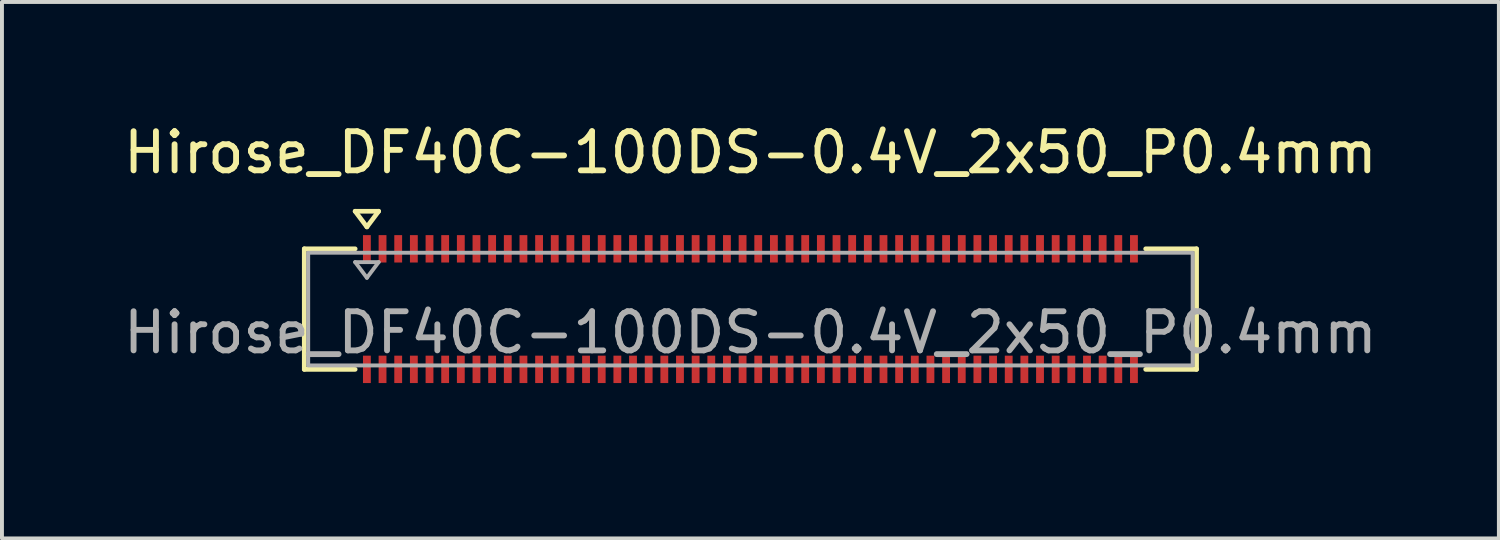
<source format=kicad_pcb>
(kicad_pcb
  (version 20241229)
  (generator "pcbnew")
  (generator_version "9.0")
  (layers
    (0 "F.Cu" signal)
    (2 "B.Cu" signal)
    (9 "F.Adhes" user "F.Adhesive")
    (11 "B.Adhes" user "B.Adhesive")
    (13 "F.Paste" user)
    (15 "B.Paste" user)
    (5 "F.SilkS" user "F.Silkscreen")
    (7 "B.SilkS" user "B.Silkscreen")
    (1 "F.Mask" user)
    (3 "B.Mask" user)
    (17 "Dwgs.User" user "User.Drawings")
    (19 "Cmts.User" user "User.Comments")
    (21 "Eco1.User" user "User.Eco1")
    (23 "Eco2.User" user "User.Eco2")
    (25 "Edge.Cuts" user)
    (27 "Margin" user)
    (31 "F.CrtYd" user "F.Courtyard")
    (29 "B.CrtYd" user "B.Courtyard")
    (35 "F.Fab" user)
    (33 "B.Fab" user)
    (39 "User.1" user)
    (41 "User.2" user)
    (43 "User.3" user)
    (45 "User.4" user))
  (footprint "Hirose_DF40C-100DS-0.4V_2x50_P0.4mm"
    (layer "F.Cu")
    (at 16.125 4.848)
    (property "Reference" "Hirose_DF40C-100DS-0.4V_2x50_P0.4mm" (at 0 -4 0) (unlocked yes) (layer "F.SilkS") (effects (font (size 1 1) (thickness 0.15))))
    (attr smd)
    (fp_line (start -11.4 -1.54) (end -11.4 1.54) (stroke (width 0.12) (type solid)) (layer "F.SilkS"))
    (fp_line (start -11.4 1.54) (end -10.1 1.54) (stroke (width 0.12) (type solid)) (layer "F.SilkS"))
    (fp_line (start -10.1 -2.5) (end -9.5 -2.5) (stroke (width 0.12) (type solid)) (layer "F.SilkS"))
    (fp_line (start -10.1 -1.54) (end -11.4 -1.54) (stroke (width 0.12) (type solid)) (layer "F.SilkS"))
    (fp_line (start -9.8 -2.1) (end -10.1 -2.5) (stroke (width 0.12) (type solid)) (layer "F.SilkS"))
    (fp_line (start -9.8 -2.1) (end -9.5 -2.5) (stroke (width 0.12) (type solid)) (layer "F.SilkS"))
    (fp_line (start 11.4 -1.54) (end 10.1 -1.54) (stroke (width 0.12) (type solid)) (layer "F.SilkS"))
    (fp_line (start 11.4 -1.54) (end 11.4 1.54) (stroke (width 0.12) (type solid)) (layer "F.SilkS"))
    (fp_line (start 11.4 1.54) (end 10.1 1.54) (stroke (width 0.12) (type solid)) (layer "F.SilkS"))
    (fp_line (start -12.8 -3) (end 12.7 -3) (stroke (width 0.12) (type solid)) (layer "Margin"))
    (fp_line (start -12.8 2.8) (end -12.8 -3) (stroke (width 0.12) (type solid)) (layer "Margin"))
    (fp_line (start 12.7 -3) (end 12.7 2.8) (stroke (width 0.12) (type solid)) (layer "Margin"))
    (fp_line (start 12.7 2.8) (end -12.8 2.8) (stroke (width 0.12) (type solid)) (layer "Margin"))
    (fp_line (start -9.8 -0.8) (end -10.1 -1.2) (stroke (width 0.1) (type solid)) (layer "F.Fab"))
    (fp_line (start -9.8 -0.8) (end -9.5 -1.2) (stroke (width 0.1) (type solid)) (layer "F.Fab"))
    (fp_line (start -9.5 -1.2) (end -10.1 -1.2) (stroke (width 0.1) (type solid)) (layer "F.Fab"))
    (fp_rect (start -11.3 -1.44) (end 11.3 1.44) (stroke (width 0.1) (type solid)) (fill no) (layer "F.Fab"))
    (fp_text user "${REFERENCE}" (at 0 0.6 0) (unlocked yes) (layer "F.Fab") (effects (font (size 1 1) (thickness 0.15))))
    (pad "1" smd rect (at -9.8 -1.54) (size 0.2 0.7) (layers "F.Cu" "F.Mask" "F.Paste"))
    (pad "2" smd rect (at -9.4 -1.54) (size 0.2 0.7) (layers "F.Cu" "F.Mask" "F.Paste"))
    (pad "3" smd rect (at -9 -1.54) (size 0.2 0.7) (layers "F.Cu" "F.Mask" "F.Paste"))
    (pad "4" smd rect (at -8.6 -1.54) (size 0.2 0.7) (layers "F.Cu" "F.Mask" "F.Paste"))
    (pad "5" smd rect (at -8.2 -1.54) (size 0.2 0.7) (layers "F.Cu" "F.Mask" "F.Paste"))
    (pad "6" smd rect (at -7.8 -1.54) (size 0.2 0.7) (layers "F.Cu" "F.Mask" "F.Paste"))
    (pad "7" smd rect (at -7.4 -1.54) (size 0.2 0.7) (layers "F.Cu" "F.Mask" "F.Paste"))
    (pad "8" smd rect (at -7 -1.54) (size 0.2 0.7) (layers "F.Cu" "F.Mask" "F.Paste"))
    (pad "9" smd rect (at -6.6 -1.54) (size 0.2 0.7) (layers "F.Cu" "F.Mask" "F.Paste"))
    (pad "10" smd rect (at -6.2 -1.54) (size 0.2 0.7) (layers "F.Cu" "F.Mask" "F.Paste"))
    (pad "11" smd rect (at -5.8 -1.54) (size 0.2 0.7) (layers "F.Cu" "F.Mask" "F.Paste"))
    (pad "12" smd rect (at -5.4 -1.54) (size 0.2 0.7) (layers "F.Cu" "F.Mask" "F.Paste"))
    (pad "13" smd rect (at -5 -1.54) (size 0.2 0.7) (layers "F.Cu" "F.Mask" "F.Paste"))
    (pad "14" smd rect (at -4.6 -1.54) (size 0.2 0.7) (layers "F.Cu" "F.Mask" "F.Paste"))
    (pad "15" smd rect (at -4.2 -1.54) (size 0.2 0.7) (layers "F.Cu" "F.Mask" "F.Paste"))
    (pad "16" smd rect (at -3.8 -1.54) (size 0.2 0.7) (layers "F.Cu" "F.Mask" "F.Paste"))
    (pad "17" smd rect (at -3.4 -1.54) (size 0.2 0.7) (layers "F.Cu" "F.Mask" "F.Paste"))
    (pad "18" smd rect (at -3 -1.54) (size 0.2 0.7) (layers "F.Cu" "F.Mask" "F.Paste"))
    (pad "19" smd rect (at -2.6 -1.54) (size 0.2 0.7) (layers "F.Cu" "F.Mask" "F.Paste"))
    (pad "20" smd rect (at -2.2 -1.54) (size 0.2 0.7) (layers "F.Cu" "F.Mask" "F.Paste"))
    (pad "21" smd rect (at -1.8 -1.54) (size 0.2 0.7) (layers "F.Cu" "F.Mask" "F.Paste"))
    (pad "22" smd rect (at -1.4 -1.54) (size 0.2 0.7) (layers "F.Cu" "F.Mask" "F.Paste"))
    (pad "23" smd rect (at -1 -1.54) (size 0.2 0.7) (layers "F.Cu" "F.Mask" "F.Paste"))
    (pad "24" smd rect (at -0.6 -1.54) (size 0.2 0.7) (layers "F.Cu" "F.Mask" "F.Paste"))
    (pad "25" smd rect (at -0.2 -1.54) (size 0.2 0.7) (layers "F.Cu" "F.Mask" "F.Paste"))
    (pad "26" smd rect (at 0.2 -1.54) (size 0.2 0.7) (layers "F.Cu" "F.Mask" "F.Paste"))
    (pad "27" smd rect (at 0.6 -1.54) (size 0.2 0.7) (layers "F.Cu" "F.Mask" "F.Paste"))
    (pad "28" smd rect (at 1 -1.54) (size 0.2 0.7) (layers "F.Cu" "F.Mask" "F.Paste"))
    (pad "29" smd rect (at 1.4 -1.54) (size 0.2 0.7) (layers "F.Cu" "F.Mask" "F.Paste"))
    (pad "30" smd rect (at 1.8 -1.54) (size 0.2 0.7) (layers "F.Cu" "F.Mask" "F.Paste"))
    (pad "31" smd rect (at 2.2 -1.54) (size 0.2 0.7) (layers "F.Cu" "F.Mask" "F.Paste"))
    (pad "32" smd rect (at 2.6 -1.54) (size 0.2 0.7) (layers "F.Cu" "F.Mask" "F.Paste"))
    (pad "33" smd rect (at 3 -1.54) (size 0.2 0.7) (layers "F.Cu" "F.Mask" "F.Paste"))
    (pad "34" smd rect (at 3.4 -1.54) (size 0.2 0.7) (layers "F.Cu" "F.Mask" "F.Paste"))
    (pad "35" smd rect (at 3.8 -1.54) (size 0.2 0.7) (layers "F.Cu" "F.Mask" "F.Paste"))
    (pad "36" smd rect (at 4.2 -1.54) (size 0.2 0.7) (layers "F.Cu" "F.Mask" "F.Paste"))
    (pad "37" smd rect (at 4.6 -1.54) (size 0.2 0.7) (layers "F.Cu" "F.Mask" "F.Paste"))
    (pad "38" smd rect (at 5 -1.54) (size 0.2 0.7) (layers "F.Cu" "F.Mask" "F.Paste"))
    (pad "39" smd rect (at 5.4 -1.54) (size 0.2 0.7) (layers "F.Cu" "F.Mask" "F.Paste"))
    (pad "40" smd rect (at 5.8 -1.54) (size 0.2 0.7) (layers "F.Cu" "F.Mask" "F.Paste"))
    (pad "41" smd rect (at 6.2 -1.54) (size 0.2 0.7) (layers "F.Cu" "F.Mask" "F.Paste"))
    (pad "42" smd rect (at 6.6 -1.54) (size 0.2 0.7) (layers "F.Cu" "F.Mask" "F.Paste"))
    (pad "43" smd rect (at 7 -1.54) (size 0.2 0.7) (layers "F.Cu" "F.Mask" "F.Paste"))
    (pad "44" smd rect (at 7.4 -1.54) (size 0.2 0.7) (layers "F.Cu" "F.Mask" "F.Paste"))
    (pad "45" smd rect (at 7.8 -1.54) (size 0.2 0.7) (layers "F.Cu" "F.Mask" "F.Paste"))
    (pad "46" smd rect (at 8.2 -1.54) (size 0.2 0.7) (layers "F.Cu" "F.Mask" "F.Paste"))
    (pad "47" smd rect (at 8.6 -1.54) (size 0.2 0.7) (layers "F.Cu" "F.Mask" "F.Paste"))
    (pad "48" smd rect (at 9 -1.54) (size 0.2 0.7) (layers "F.Cu" "F.Mask" "F.Paste"))
    (pad "49" smd rect (at 9.4 -1.54) (size 0.2 0.7) (layers "F.Cu" "F.Mask" "F.Paste"))
    (pad "50" smd rect (at 9.8 -1.54) (size 0.2 0.7) (layers "F.Cu" "F.Mask" "F.Paste"))
    (pad "51" smd rect (at -9.8 1.54) (size 0.2 0.7) (layers "F.Cu" "F.Mask" "F.Paste"))
    (pad "52" smd rect (at -9.4 1.54) (size 0.2 0.7) (layers "F.Cu" "F.Mask" "F.Paste"))
    (pad "53" smd rect (at -9 1.54) (size 0.2 0.7) (layers "F.Cu" "F.Mask" "F.Paste"))
    (pad "54" smd rect (at -8.6 1.54) (size 0.2 0.7) (layers "F.Cu" "F.Mask" "F.Paste"))
    (pad "55" smd rect (at -8.2 1.54) (size 0.2 0.7) (layers "F.Cu" "F.Mask" "F.Paste"))
    (pad "56" smd rect (at -7.8 1.54) (size 0.2 0.7) (layers "F.Cu" "F.Mask" "F.Paste"))
    (pad "57" smd rect (at -7.4 1.54) (size 0.2 0.7) (layers "F.Cu" "F.Mask" "F.Paste"))
    (pad "58" smd rect (at -7 1.54) (size 0.2 0.7) (layers "F.Cu" "F.Mask" "F.Paste"))
    (pad "59" smd rect (at -6.6 1.54) (size 0.2 0.7) (layers "F.Cu" "F.Mask" "F.Paste"))
    (pad "60" smd rect (at -6.2 1.54) (size 0.2 0.7) (layers "F.Cu" "F.Mask" "F.Paste"))
    (pad "61" smd rect (at -5.8 1.54) (size 0.2 0.7) (layers "F.Cu" "F.Mask" "F.Paste"))
    (pad "62" smd rect (at -5.4 1.54) (size 0.2 0.7) (layers "F.Cu" "F.Mask" "F.Paste"))
    (pad "63" smd rect (at -5 1.54) (size 0.2 0.7) (layers "F.Cu" "F.Mask" "F.Paste"))
    (pad "64" smd rect (at -4.6 1.54) (size 0.2 0.7) (layers "F.Cu" "F.Mask" "F.Paste"))
    (pad "65" smd rect (at -4.2 1.54) (size 0.2 0.7) (layers "F.Cu" "F.Mask" "F.Paste"))
    (pad "66" smd rect (at -3.8 1.54) (size 0.2 0.7) (layers "F.Cu" "F.Mask" "F.Paste"))
    (pad "67" smd rect (at -3.4 1.54) (size 0.2 0.7) (layers "F.Cu" "F.Mask" "F.Paste"))
    (pad "68" smd rect (at -3 1.54) (size 0.2 0.7) (layers "F.Cu" "F.Mask" "F.Paste"))
    (pad "69" smd rect (at -2.6 1.54) (size 0.2 0.7) (layers "F.Cu" "F.Mask" "F.Paste"))
    (pad "70" smd rect (at -2.2 1.54) (size 0.2 0.7) (layers "F.Cu" "F.Mask" "F.Paste"))
    (pad "71" smd rect (at -1.8 1.54) (size 0.2 0.7) (layers "F.Cu" "F.Mask" "F.Paste"))
    (pad "72" smd rect (at -1.4 1.54) (size 0.2 0.7) (layers "F.Cu" "F.Mask" "F.Paste"))
    (pad "73" smd rect (at -1 1.54) (size 0.2 0.7) (layers "F.Cu" "F.Mask" "F.Paste"))
    (pad "74" smd rect (at -0.6 1.54) (size 0.2 0.7) (layers "F.Cu" "F.Mask" "F.Paste"))
    (pad "75" smd rect (at -0.2 1.54) (size 0.2 0.7) (layers "F.Cu" "F.Mask" "F.Paste"))
    (pad "76" smd rect (at 0.2 1.54) (size 0.2 0.7) (layers "F.Cu" "F.Mask" "F.Paste"))
    (pad "77" smd rect (at 0.6 1.54) (size 0.2 0.7) (layers "F.Cu" "F.Mask" "F.Paste"))
    (pad "78" smd rect (at 1 1.54) (size 0.2 0.7) (layers "F.Cu" "F.Mask" "F.Paste"))
    (pad "79" smd rect (at 1.4 1.54) (size 0.2 0.7) (layers "F.Cu" "F.Mask" "F.Paste"))
    (pad "80" smd rect (at 1.8 1.54) (size 0.2 0.7) (layers "F.Cu" "F.Mask" "F.Paste"))
    (pad "81" smd rect (at 2.2 1.54) (size 0.2 0.7) (layers "F.Cu" "F.Mask" "F.Paste"))
    (pad "82" smd rect (at 2.6 1.54) (size 0.2 0.7) (layers "F.Cu" "F.Mask" "F.Paste"))
    (pad "83" smd rect (at 3 1.54) (size 0.2 0.7) (layers "F.Cu" "F.Mask" "F.Paste"))
    (pad "84" smd rect (at 3.4 1.54) (size 0.2 0.7) (layers "F.Cu" "F.Mask" "F.Paste"))
    (pad "85" smd rect (at 3.8 1.54) (size 0.2 0.7) (layers "F.Cu" "F.Mask" "F.Paste"))
    (pad "86" smd rect (at 4.2 1.54) (size 0.2 0.7) (layers "F.Cu" "F.Mask" "F.Paste"))
    (pad "87" smd rect (at 4.6 1.54) (size 0.2 0.7) (layers "F.Cu" "F.Mask" "F.Paste"))
    (pad "88" smd rect (at 5 1.54) (size 0.2 0.7) (layers "F.Cu" "F.Mask" "F.Paste"))
    (pad "89" smd rect (at 5.4 1.54) (size 0.2 0.7) (layers "F.Cu" "F.Mask" "F.Paste"))
    (pad "90" smd rect (at 5.8 1.54) (size 0.2 0.7) (layers "F.Cu" "F.Mask" "F.Paste"))
    (pad "91" smd rect (at 6.2 1.54) (size 0.2 0.7) (layers "F.Cu" "F.Mask" "F.Paste"))
    (pad "92" smd rect (at 6.6 1.54) (size 0.2 0.7) (layers "F.Cu" "F.Mask" "F.Paste"))
    (pad "93" smd rect (at 7 1.54) (size 0.2 0.7) (layers "F.Cu" "F.Mask" "F.Paste"))
    (pad "94" smd rect (at 7.4 1.54) (size 0.2 0.7) (layers "F.Cu" "F.Mask" "F.Paste"))
    (pad "95" smd rect (at 7.8 1.54) (size 0.2 0.7) (layers "F.Cu" "F.Mask" "F.Paste"))
    (pad "96" smd rect (at 8.2 1.54) (size 0.2 0.7) (layers "F.Cu" "F.Mask" "F.Paste"))
    (pad "97" smd rect (at 8.6 1.54) (size 0.2 0.7) (layers "F.Cu" "F.Mask" "F.Paste"))
    (pad "98" smd rect (at 9 1.54) (size 0.2 0.7) (layers "F.Cu" "F.Mask" "F.Paste"))
    (pad "99" smd rect (at 9.4 1.54) (size 0.2 0.7) (layers "F.Cu" "F.Mask" "F.Paste"))
    (pad "100" smd rect (at 9.8 1.54) (size 0.2 0.7) (layers "F.Cu" "F.Mask" "F.Paste")))
  (gr_rect
    (start -3 -3)
    (end 35.25 10.708)
    (stroke (width 0.1) (type default))
    (fill no)
    (layer "Edge.Cuts")))
</source>
